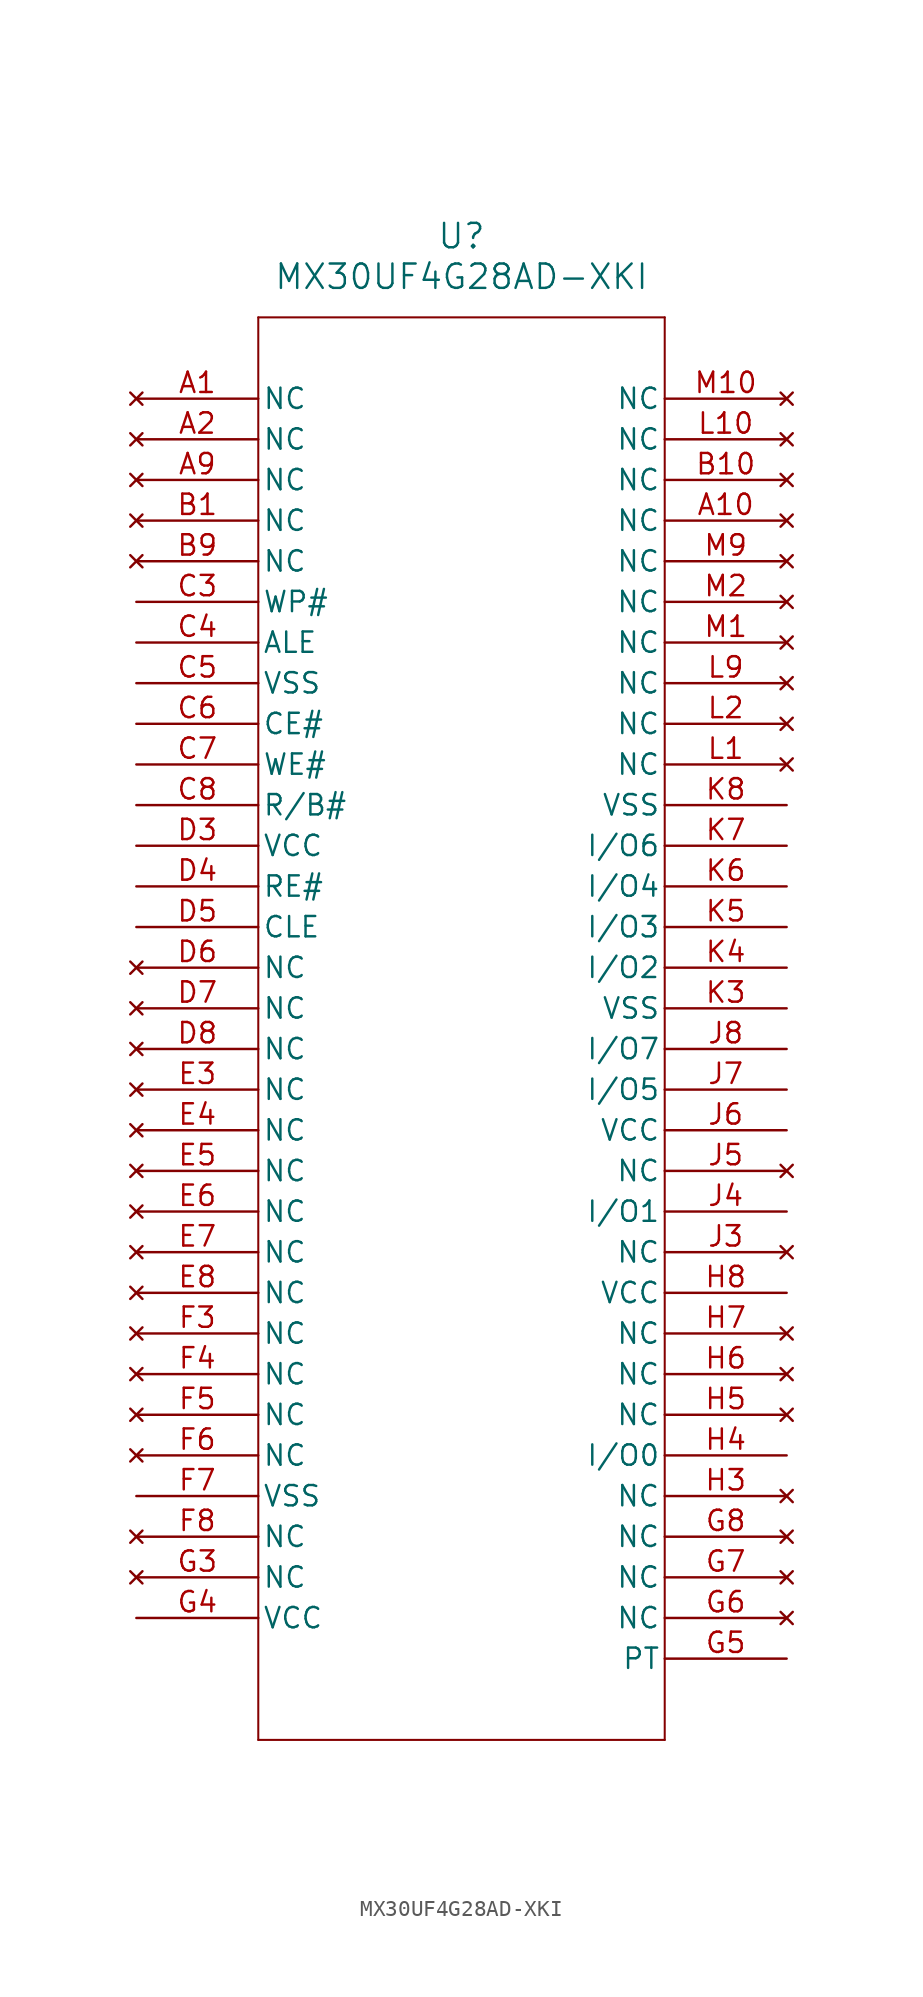
<source format=kicad_sym>
(kicad_symbol_lib
  (version 20211014)
  (generator kicad_symbol_editor)
  (symbol "MX30UF4G28AD-XKI"
    (pin_names
      (offset 0.254))
    (property "Reference" "U"
      (at 20.32 10.16 0)
      (effects (font (size 1.524 1.524))))
    (property "Value" "MX30UF4G28AD-XKI"
      (at 20.32 7.62 0)
      (effects (font (size 1.524 1.524))))
    (symbol "MX30UF4G28AD-XKI_0_1"
      (polyline (pts (xy 7.62 5.08) (xy 7.62 -83.82)) (stroke (width 0.127) (type default) (color 0 0 0 0)) (fill (type none)))
      (polyline (pts (xy 7.62 -83.82) (xy 33.02 -83.82)) (stroke (width 0.127) (type default) (color 0 0 0 0)) (fill (type none)))
      (polyline (pts (xy 33.02 -83.82) (xy 33.02 5.08)) (stroke (width 0.127) (type default) (color 0 0 0 0)) (fill (type none)))
      (polyline (pts (xy 33.02 5.08) (xy 7.62 5.08)) (stroke (width 0.127) (type default) (color 0 0 0 0)) (fill (type none)))
      (pin no_connect line (at 0 0 0) (length 7.62) (name "NC" (effects (font (size 1.27 1.27)))) (number "A1" (effects (font (size 1.27 1.27)))))
      (pin no_connect line (at 0 -2.54 0) (length 7.62) (name "NC" (effects (font (size 1.27 1.27)))) (number "A2" (effects (font (size 1.27 1.27)))))
      (pin no_connect line (at 0 -5.08 0) (length 7.62) (name "NC" (effects (font (size 1.27 1.27)))) (number "A9" (effects (font (size 1.27 1.27)))))
      (pin no_connect line (at 0 -7.62 0) (length 7.62) (name "NC" (effects (font (size 1.27 1.27)))) (number "B1" (effects (font (size 1.27 1.27)))))
      (pin no_connect line (at 0 -10.16 0) (length 7.62) (name "NC" (effects (font (size 1.27 1.27)))) (number "B9" (effects (font (size 1.27 1.27)))))
      (pin input line (at 0 -12.7 0) (length 7.62) (name "WP#" (effects (font (size 1.27 1.27)))) (number "C3" (effects (font (size 1.27 1.27)))))
      (pin input line (at 0 -15.24 0) (length 7.62) (name "ALE" (effects (font (size 1.27 1.27)))) (number "C4" (effects (font (size 1.27 1.27)))))
      (pin power_out line (at 0 -17.78 0) (length 7.62) (name "VSS" (effects (font (size 1.27 1.27)))) (number "C5" (effects (font (size 1.27 1.27)))))
      (pin input line (at 0 -20.32 0) (length 7.62) (name "CE#" (effects (font (size 1.27 1.27)))) (number "C6" (effects (font (size 1.27 1.27)))))
      (pin input line (at 0 -22.86 0) (length 7.62) (name "WE#" (effects (font (size 1.27 1.27)))) (number "C7" (effects (font (size 1.27 1.27)))))
      (pin output line (at 0 -25.4 0) (length 7.62) (name "R/B#" (effects (font (size 1.27 1.27)))) (number "C8" (effects (font (size 1.27 1.27)))))
      (pin power_in line (at 0 -27.94 0) (length 7.62) (name "VCC" (effects (font (size 1.27 1.27)))) (number "D3" (effects (font (size 1.27 1.27)))))
      (pin input line (at 0 -30.48 0) (length 7.62) (name "RE#" (effects (font (size 1.27 1.27)))) (number "D4" (effects (font (size 1.27 1.27)))))
      (pin input line (at 0 -33.02 0) (length 7.62) (name "CLE" (effects (font (size 1.27 1.27)))) (number "D5" (effects (font (size 1.27 1.27)))))
      (pin no_connect line (at 0 -35.56 0) (length 7.62) (name "NC" (effects (font (size 1.27 1.27)))) (number "D6" (effects (font (size 1.27 1.27)))))
      (pin no_connect line (at 0 -38.1 0) (length 7.62) (name "NC" (effects (font (size 1.27 1.27)))) (number "D7" (effects (font (size 1.27 1.27)))))
      (pin no_connect line (at 0 -40.64 0) (length 7.62) (name "NC" (effects (font (size 1.27 1.27)))) (number "D8" (effects (font (size 1.27 1.27)))))
      (pin no_connect line (at 0 -43.18 0) (length 7.62) (name "NC" (effects (font (size 1.27 1.27)))) (number "E3" (effects (font (size 1.27 1.27)))))
      (pin no_connect line (at 0 -45.72 0) (length 7.62) (name "NC" (effects (font (size 1.27 1.27)))) (number "E4" (effects (font (size 1.27 1.27)))))
      (pin no_connect line (at 0 -48.26 0) (length 7.62) (name "NC" (effects (font (size 1.27 1.27)))) (number "E5" (effects (font (size 1.27 1.27)))))
      (pin no_connect line (at 0 -50.8 0) (length 7.62) (name "NC" (effects (font (size 1.27 1.27)))) (number "E6" (effects (font (size 1.27 1.27)))))
      (pin no_connect line (at 0 -53.34 0) (length 7.62) (name "NC" (effects (font (size 1.27 1.27)))) (number "E7" (effects (font (size 1.27 1.27)))))
      (pin no_connect line (at 0 -55.88 0) (length 7.62) (name "NC" (effects (font (size 1.27 1.27)))) (number "E8" (effects (font (size 1.27 1.27)))))
      (pin no_connect line (at 0 -58.42 0) (length 7.62) (name "NC" (effects (font (size 1.27 1.27)))) (number "F3" (effects (font (size 1.27 1.27)))))
      (pin no_connect line (at 0 -60.96 0) (length 7.62) (name "NC" (effects (font (size 1.27 1.27)))) (number "F4" (effects (font (size 1.27 1.27)))))
      (pin no_connect line (at 0 -63.5 0) (length 7.62) (name "NC" (effects (font (size 1.27 1.27)))) (number "F5" (effects (font (size 1.27 1.27)))))
      (pin no_connect line (at 0 -66.04 0) (length 7.62) (name "NC" (effects (font (size 1.27 1.27)))) (number "F6" (effects (font (size 1.27 1.27)))))
      (pin power_out line (at 0 -68.58 0) (length 7.62) (name "VSS" (effects (font (size 1.27 1.27)))) (number "F7" (effects (font (size 1.27 1.27)))))
      (pin no_connect line (at 0 -71.12 0) (length 7.62) (name "NC" (effects (font (size 1.27 1.27)))) (number "F8" (effects (font (size 1.27 1.27)))))
      (pin no_connect line (at 0 -73.66 0) (length 7.62) (name "NC" (effects (font (size 1.27 1.27)))) (number "G3" (effects (font (size 1.27 1.27)))))
      (pin power_in line (at 0 -76.2 0) (length 7.62) (name "VCC" (effects (font (size 1.27 1.27)))) (number "G4" (effects (font (size 1.27 1.27)))))
      (pin input line (at 40.64 -78.74 180) (length 7.62) (name "PT" (effects (font (size 1.27 1.27)))) (number "G5" (effects (font (size 1.27 1.27)))))
      (pin no_connect line (at 40.64 -76.2 180) (length 7.62) (name "NC" (effects (font (size 1.27 1.27)))) (number "G6" (effects (font (size 1.27 1.27)))))
      (pin no_connect line (at 40.64 -73.66 180) (length 7.62) (name "NC" (effects (font (size 1.27 1.27)))) (number "G7" (effects (font (size 1.27 1.27)))))
      (pin no_connect line (at 40.64 -71.12 180) (length 7.62) (name "NC" (effects (font (size 1.27 1.27)))) (number "G8" (effects (font (size 1.27 1.27)))))
      (pin no_connect line (at 40.64 -68.58 180) (length 7.62) (name "NC" (effects (font (size 1.27 1.27)))) (number "H3" (effects (font (size 1.27 1.27)))))
      (pin bidirectional line (at 40.64 -66.04 180) (length 7.62) (name "I/O0" (effects (font (size 1.27 1.27)))) (number "H4" (effects (font (size 1.27 1.27)))))
      (pin no_connect line (at 40.64 -63.5 180) (length 7.62) (name "NC" (effects (font (size 1.27 1.27)))) (number "H5" (effects (font (size 1.27 1.27)))))
      (pin no_connect line (at 40.64 -60.96 180) (length 7.62) (name "NC" (effects (font (size 1.27 1.27)))) (number "H6" (effects (font (size 1.27 1.27)))))
      (pin no_connect line (at 40.64 -58.42 180) (length 7.62) (name "NC" (effects (font (size 1.27 1.27)))) (number "H7" (effects (font (size 1.27 1.27)))))
      (pin power_in line (at 40.64 -55.88 180) (length 7.62) (name "VCC" (effects (font (size 1.27 1.27)))) (number "H8" (effects (font (size 1.27 1.27)))))
      (pin no_connect line (at 40.64 -53.34 180) (length 7.62) (name "NC" (effects (font (size 1.27 1.27)))) (number "J3" (effects (font (size 1.27 1.27)))))
      (pin bidirectional line (at 40.64 -50.8 180) (length 7.62) (name "I/O1" (effects (font (size 1.27 1.27)))) (number "J4" (effects (font (size 1.27 1.27)))))
      (pin no_connect line (at 40.64 -48.26 180) (length 7.62) (name "NC" (effects (font (size 1.27 1.27)))) (number "J5" (effects (font (size 1.27 1.27)))))
      (pin power_in line (at 40.64 -45.72 180) (length 7.62) (name "VCC" (effects (font (size 1.27 1.27)))) (number "J6" (effects (font (size 1.27 1.27)))))
      (pin bidirectional line (at 40.64 -43.18 180) (length 7.62) (name "I/O5" (effects (font (size 1.27 1.27)))) (number "J7" (effects (font (size 1.27 1.27)))))
      (pin bidirectional line (at 40.64 -40.64 180) (length 7.62) (name "I/O7" (effects (font (size 1.27 1.27)))) (number "J8" (effects (font (size 1.27 1.27)))))
      (pin power_out line (at 40.64 -38.1 180) (length 7.62) (name "VSS" (effects (font (size 1.27 1.27)))) (number "K3" (effects (font (size 1.27 1.27)))))
      (pin bidirectional line (at 40.64 -35.56 180) (length 7.62) (name "I/O2" (effects (font (size 1.27 1.27)))) (number "K4" (effects (font (size 1.27 1.27)))))
      (pin bidirectional line (at 40.64 -33.02 180) (length 7.62) (name "I/O3" (effects (font (size 1.27 1.27)))) (number "K5" (effects (font (size 1.27 1.27)))))
      (pin bidirectional line (at 40.64 -30.48 180) (length 7.62) (name "I/O4" (effects (font (size 1.27 1.27)))) (number "K6" (effects (font (size 1.27 1.27)))))
      (pin bidirectional line (at 40.64 -27.94 180) (length 7.62) (name "I/O6" (effects (font (size 1.27 1.27)))) (number "K7" (effects (font (size 1.27 1.27)))))
      (pin power_out line (at 40.64 -25.4 180) (length 7.62) (name "VSS" (effects (font (size 1.27 1.27)))) (number "K8" (effects (font (size 1.27 1.27)))))
      (pin no_connect line (at 40.64 -22.86 180) (length 7.62) (name "NC" (effects (font (size 1.27 1.27)))) (number "L1" (effects (font (size 1.27 1.27)))))
      (pin no_connect line (at 40.64 -20.32 180) (length 7.62) (name "NC" (effects (font (size 1.27 1.27)))) (number "L2" (effects (font (size 1.27 1.27)))))
      (pin no_connect line (at 40.64 -17.78 180) (length 7.62) (name "NC" (effects (font (size 1.27 1.27)))) (number "L9" (effects (font (size 1.27 1.27)))))
      (pin no_connect line (at 40.64 -15.24 180) (length 7.62) (name "NC" (effects (font (size 1.27 1.27)))) (number "M1" (effects (font (size 1.27 1.27)))))
      (pin no_connect line (at 40.64 -12.7 180) (length 7.62) (name "NC" (effects (font (size 1.27 1.27)))) (number "M2" (effects (font (size 1.27 1.27)))))
      (pin no_connect line (at 40.64 -10.16 180) (length 7.62) (name "NC" (effects (font (size 1.27 1.27)))) (number "M9" (effects (font (size 1.27 1.27)))))
      (pin no_connect line (at 40.64 -7.62 180) (length 7.62) (name "NC" (effects (font (size 1.27 1.27)))) (number "A10" (effects (font (size 1.27 1.27)))))
      (pin no_connect line (at 40.64 -5.08 180) (length 7.62) (name "NC" (effects (font (size 1.27 1.27)))) (number "B10" (effects (font (size 1.27 1.27)))))
      (pin no_connect line (at 40.64 -2.54 180) (length 7.62) (name "NC" (effects (font (size 1.27 1.27)))) (number "L10" (effects (font (size 1.27 1.27)))))
      (pin no_connect line (at 40.64 0 180) (length 7.62) (name "NC" (effects (font (size 1.27 1.27)))) (number "M10" (effects (font (size 1.27 1.27))))))))
</source>
